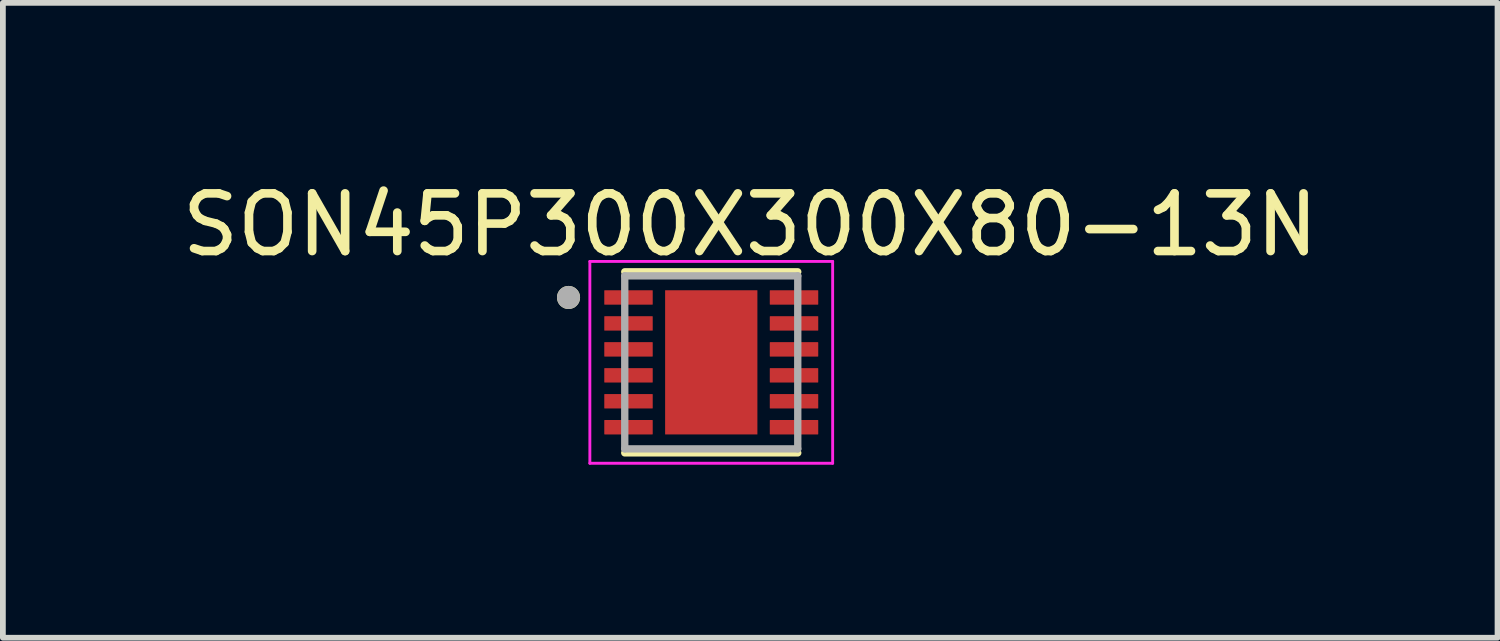
<source format=kicad_pcb>
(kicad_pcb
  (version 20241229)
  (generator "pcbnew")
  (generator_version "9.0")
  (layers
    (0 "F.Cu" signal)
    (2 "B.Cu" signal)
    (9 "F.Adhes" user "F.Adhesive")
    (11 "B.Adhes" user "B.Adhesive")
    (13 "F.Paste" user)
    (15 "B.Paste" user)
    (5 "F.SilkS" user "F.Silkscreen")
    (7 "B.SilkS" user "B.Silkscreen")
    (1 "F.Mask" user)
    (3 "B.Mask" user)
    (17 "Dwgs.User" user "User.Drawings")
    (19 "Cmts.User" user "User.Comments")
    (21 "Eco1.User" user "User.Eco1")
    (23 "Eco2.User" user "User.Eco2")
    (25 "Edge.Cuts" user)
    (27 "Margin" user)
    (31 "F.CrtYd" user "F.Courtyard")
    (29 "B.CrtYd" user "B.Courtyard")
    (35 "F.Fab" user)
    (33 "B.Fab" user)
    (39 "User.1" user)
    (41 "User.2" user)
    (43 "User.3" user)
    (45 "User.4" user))
  (footprint "SON45P300X300X80-13N"
    (layer "F.Cu")
    (at 9.283 3.233)
    (property "Reference" "SON45P300X300X80-13N" (at 0.675 -2.385 0) (layer "F.SilkS") (effects (font (size 1 1) (thickness 0.15))))
    (attr smd)
    (fp_line (start -1.5 -1.57) (end 1.5 -1.57) (stroke (width 0.127) (type solid)) (layer "F.SilkS"))
    (fp_line (start -1.5 1.57) (end 1.5 1.57) (stroke (width 0.127) (type solid)) (layer "F.SilkS"))
    (fp_circle (center -2.475 -1.125) (end -2.375 -1.125) (stroke (width 0.2) (type solid)) (fill no) (layer "F.SilkS"))
    (fp_poly (pts (xy -0.51 -0.79) (xy 0.51 -0.79) (xy 0.51 0.79) (xy -0.51 0.79)) (stroke (width 0.01) (type solid)) (fill yes) (layer "F.Paste"))
    (fp_line (start -2.105 -1.75) (end -2.105 1.75) (stroke (width 0.05) (type solid)) (layer "F.CrtYd"))
    (fp_line (start -2.105 -1.75) (end 2.105 -1.75) (stroke (width 0.05) (type solid)) (layer "F.CrtYd"))
    (fp_line (start -2.105 1.75) (end 2.105 1.75) (stroke (width 0.05) (type solid)) (layer "F.CrtYd"))
    (fp_line (start 2.105 -1.75) (end 2.105 1.75) (stroke (width 0.05) (type solid)) (layer "F.CrtYd"))
    (fp_line (start -1.5 -1.5) (end -1.5 1.5) (stroke (width 0.127) (type solid)) (layer "F.Fab"))
    (fp_line (start -1.5 -1.5) (end 1.5 -1.5) (stroke (width 0.127) (type solid)) (layer "F.Fab"))
    (fp_line (start -1.5 1.5) (end 1.5 1.5) (stroke (width 0.127) (type solid)) (layer "F.Fab"))
    (fp_line (start 1.5 -1.5) (end 1.5 1.5) (stroke (width 0.127) (type solid)) (layer "F.Fab"))
    (fp_circle (center -2.475 -1.125) (end -2.375 -1.125) (stroke (width 0.2) (type solid)) (fill no) (layer "F.Fab"))
    (pad "1" smd roundrect (at -1.435 -1.125) (size 0.84 0.25) (layers "F.Cu" "F.Mask" "F.Paste") (roundrect_rratio 0.03))
    (pad "2" smd roundrect (at -1.435 -0.675) (size 0.84 0.25) (layers "F.Cu" "F.Mask" "F.Paste") (roundrect_rratio 0.03))
    (pad "3" smd roundrect (at -1.435 -0.225) (size 0.84 0.25) (layers "F.Cu" "F.Mask" "F.Paste") (roundrect_rratio 0.03))
    (pad "4" smd roundrect (at -1.435 0.225) (size 0.84 0.25) (layers "F.Cu" "F.Mask" "F.Paste") (roundrect_rratio 0.03))
    (pad "5" smd roundrect (at -1.435 0.675) (size 0.84 0.25) (layers "F.Cu" "F.Mask" "F.Paste") (roundrect_rratio 0.03))
    (pad "6" smd roundrect (at -1.435 1.125) (size 0.84 0.25) (layers "F.Cu" "F.Mask" "F.Paste") (roundrect_rratio 0.03))
    (pad "7" smd roundrect (at 1.435 1.125) (size 0.84 0.25) (layers "F.Cu" "F.Mask" "F.Paste") (roundrect_rratio 0.03))
    (pad "8" smd roundrect (at 1.435 0.675) (size 0.84 0.25) (layers "F.Cu" "F.Mask" "F.Paste") (roundrect_rratio 0.03))
    (pad "9" smd roundrect (at 1.435 0.225) (size 0.84 0.25) (layers "F.Cu" "F.Mask" "F.Paste") (roundrect_rratio 0.03))
    (pad "10" smd roundrect (at 1.435 -0.225) (size 0.84 0.25) (layers "F.Cu" "F.Mask" "F.Paste") (roundrect_rratio 0.03))
    (pad "11" smd roundrect (at 1.435 -0.675) (size 0.84 0.25) (layers "F.Cu" "F.Mask" "F.Paste") (roundrect_rratio 0.03))
    (pad "12" smd roundrect (at 1.435 -1.125) (size 0.84 0.25) (layers "F.Cu" "F.Mask" "F.Paste") (roundrect_rratio 0.03))
    (pad "13" smd rect (at 0 0) (size 1.6 2.5) (layers "F.Cu" "F.Mask")))
  (gr_rect
    (start -3 -3)
    (end 22.917 8.008)
    (stroke (width 0.1) (type default))
    (fill no)
    (layer "Edge.Cuts")))
</source>
